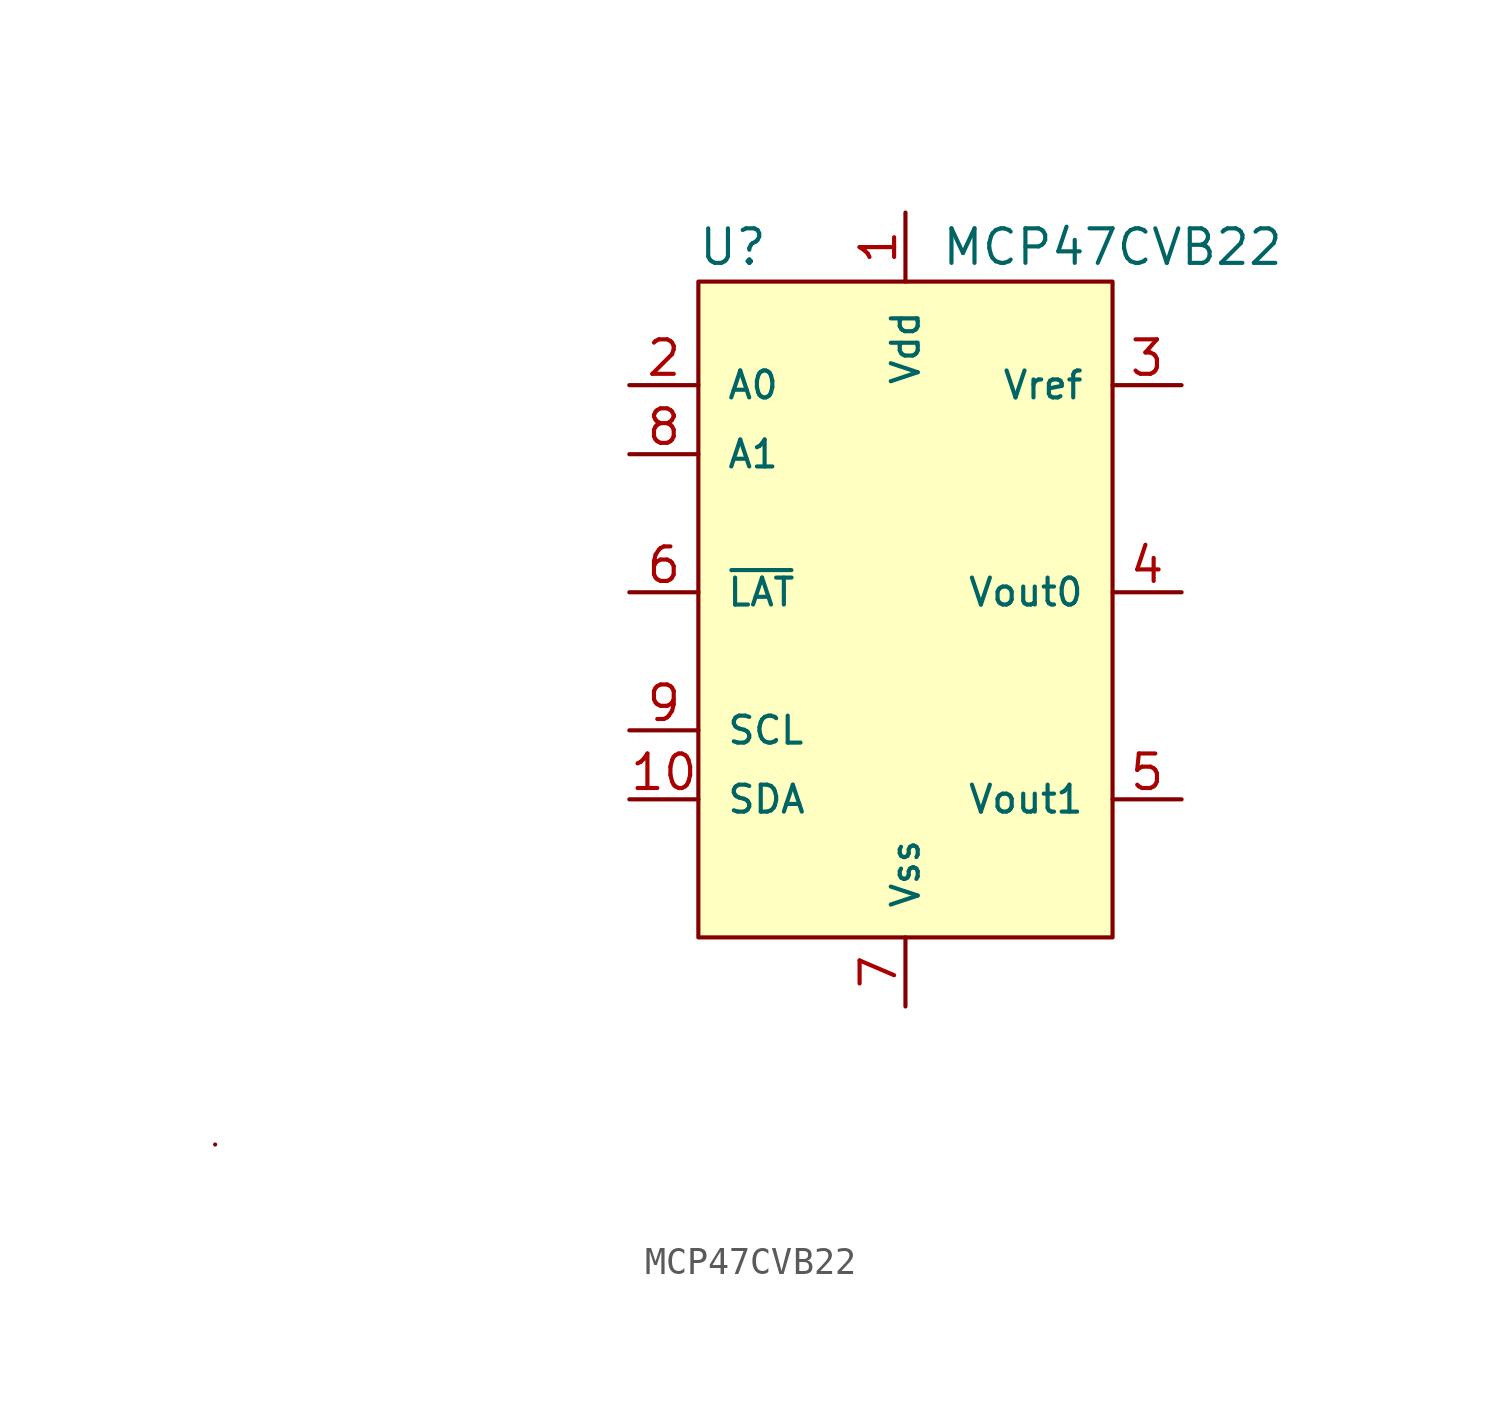
<source format=kicad_sym>
(kicad_symbol_lib
  (version 20211014)
  (generator kicad_symbol_editor)
  (symbol "MCP47CVB22"
    (pin_names
      (offset 1.016))
    (property "Reference" "U"
      (at -6.35 12.7 0)
      (effects (font (size 1.27 1.27))))
    (property "Value" "MCP47CVB22"
      (at 7.62 12.7 0)
      (effects (font (size 1.27 1.27))))
    (symbol "MCP47CVB22_0_1"
      (rectangle (start -25.4 -20.32) (end -25.4 -20.32) (stroke (width 0) (type default) (color 0 0 0 0)) (fill (type none)))
      (rectangle (start -7.62 11.43) (end 7.62 -12.7) (stroke (width 0) (type default) (color 0 0 0 0)) (fill (type background))))
    (symbol "MCP47CVB22_1_1"
      (pin passive line (at 0 13.97 270) (length 2.54) (name "Vdd" (effects (font (size 0.991 0.991)))) (number "1" (effects (font (size 1.27 1.27)))))
      (pin bidirectional line (at -10.16 -7.62 0) (length 2.54) (name "SDA" (effects (font (size 0.991 0.991)))) (number "10" (effects (font (size 1.27 1.27)))))
      (pin input line (at -10.16 7.62 0) (length 2.54) (name "A0" (effects (font (size 0.991 0.991)))) (number "2" (effects (font (size 1.27 1.27)))))
      (pin input line (at 10.16 7.62 180) (length 2.54) (name "Vref" (effects (font (size 0.991 0.991)))) (number "3" (effects (font (size 1.27 1.27)))))
      (pin output line (at 10.16 0 180) (length 2.54) (name "Vout0" (effects (font (size 0.991 0.991)))) (number "4" (effects (font (size 1.27 1.27)))))
      (pin output line (at 10.16 -7.62 180) (length 2.54) (name "Vout1" (effects (font (size 0.991 0.991)))) (number "5" (effects (font (size 1.27 1.27)))))
      (pin input line (at -10.16 0 0) (length 2.54) (name "~{LAT}" (effects (font (size 0.991 0.991)))) (number "6" (effects (font (size 1.27 1.27)))))
      (pin passive line (at 0 -15.24 90) (length 2.54) (name "Vss" (effects (font (size 0.991 0.991)))) (number "7" (effects (font (size 1.27 1.27)))))
      (pin input line (at -10.16 5.08 0) (length 2.54) (name "A1" (effects (font (size 0.991 0.991)))) (number "8" (effects (font (size 1.27 1.27)))))
      (pin bidirectional line (at -10.16 -5.08 0) (length 2.54) (name "SCL" (effects (font (size 0.991 0.991)))) (number "9" (effects (font (size 1.27 1.27))))))))
</source>
